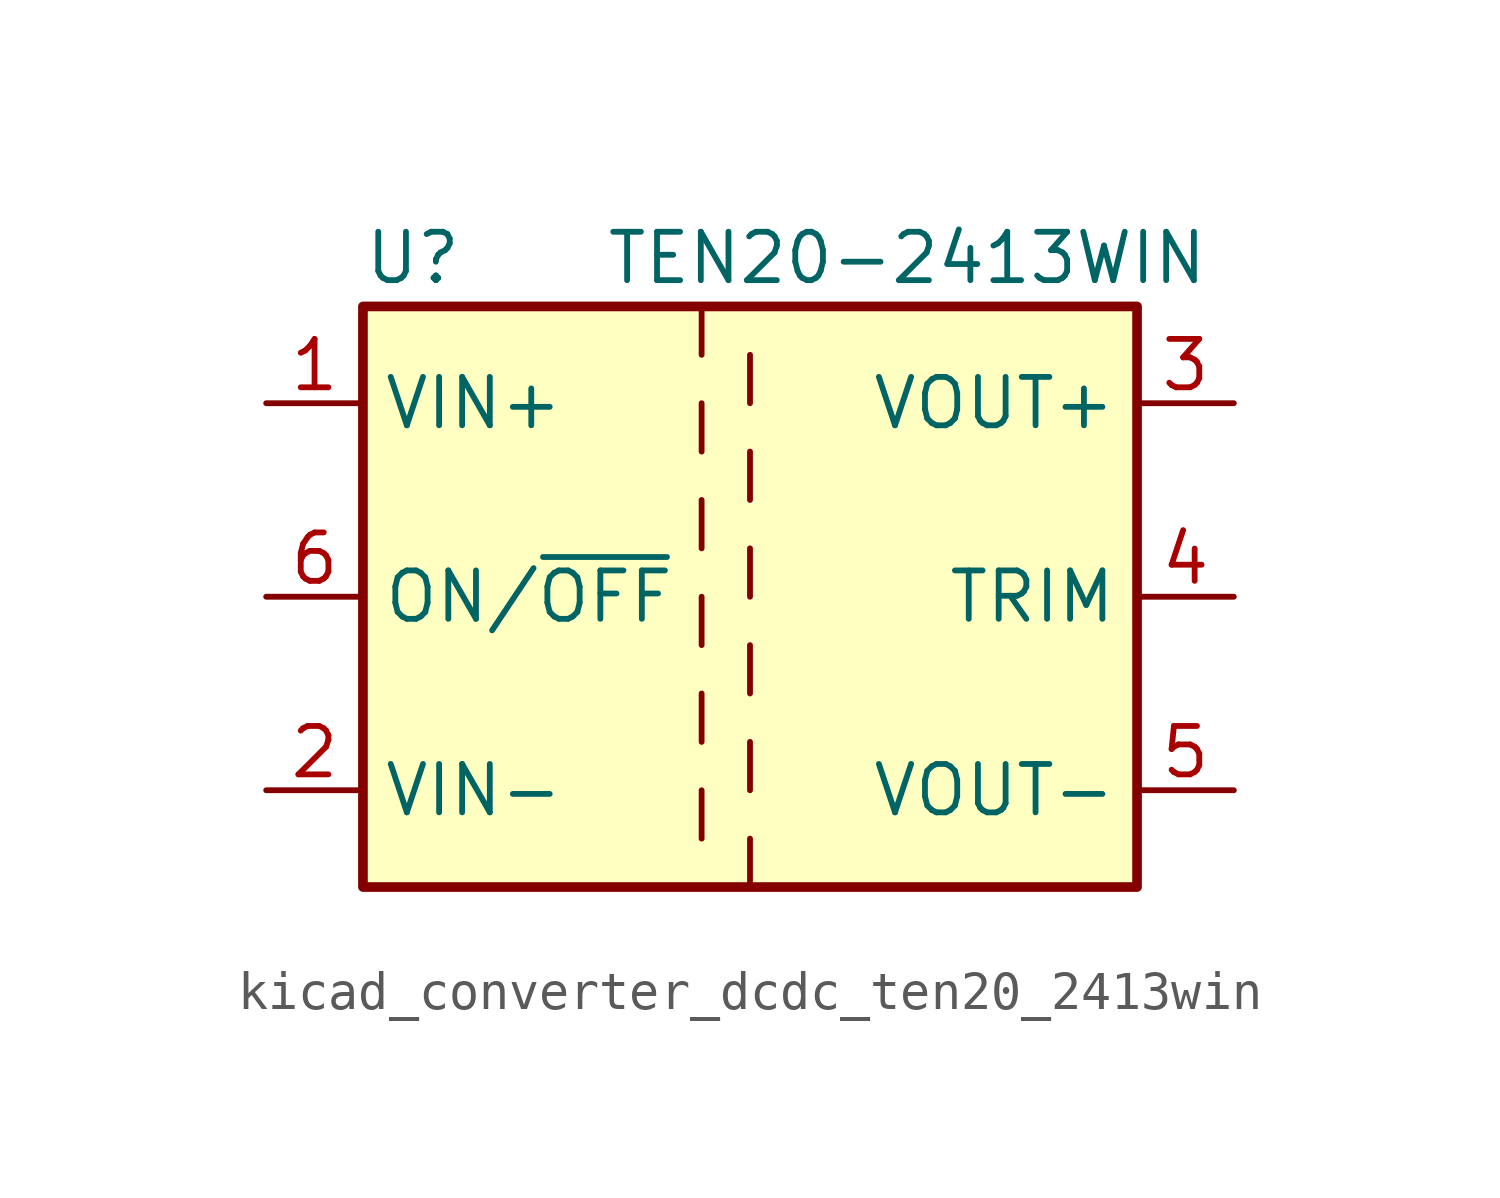
<source format=kicad_sym>
(kicad_symbol_lib
  (version 20220914)
  (generator kicad_symbol_editor)
  (symbol "kicad_converter_dcdc_ten20_2413win"
    (property "Reference" "U"
      (at -10.16 8.89 0)
      (effects (font (size 1.27 1.27)) (justify left)))
    (property "Value" "TEN20-2413WIN"
      (at -3.81 8.89 0)
      (effects (font (size 1.27 1.27)) (justify left)))
    (symbol "kicad_converter_dcdc_ten20_2413win_0_1"
      (rectangle (start -10.16 7.62) (end 10.16 -7.62) (stroke (width 0.254) (type default)) (fill (type background)))
      (polyline (pts (xy -1.27 -5.08) (xy -1.27 -6.35)) (stroke (width 0) (type default)) (fill (type none)))
      (polyline (pts (xy -1.27 -2.54) (xy -1.27 -3.81)) (stroke (width 0) (type default)) (fill (type none)))
      (polyline (pts (xy -1.27 0) (xy -1.27 -1.27)) (stroke (width 0) (type default)) (fill (type none)))
      (polyline (pts (xy -1.27 2.54) (xy -1.27 1.27)) (stroke (width 0) (type default)) (fill (type none)))
      (polyline (pts (xy -1.27 5.08) (xy -1.27 3.81)) (stroke (width 0) (type default)) (fill (type none)))
      (polyline (pts (xy -1.27 7.62) (xy -1.27 6.35)) (stroke (width 0) (type default)) (fill (type none)))
      (polyline (pts (xy 0 -7.62) (xy 0 -6.35)) (stroke (width 0) (type default)) (fill (type none)))
      (polyline (pts (xy 0 -5.08) (xy 0 -3.81)) (stroke (width 0) (type default)) (fill (type none)))
      (polyline (pts (xy 0 -1.27) (xy 0 -2.54)) (stroke (width 0) (type default)) (fill (type none)))
      (polyline (pts (xy 0 0) (xy 0 1.27)) (stroke (width 0) (type default)) (fill (type none)))
      (polyline (pts (xy 0 2.54) (xy 0 3.81)) (stroke (width 0) (type default)) (fill (type none)))
      (polyline (pts (xy 0 5.08) (xy 0 6.35)) (stroke (width 0) (type default)) (fill (type none))))
    (symbol "kicad_converter_dcdc_ten20_2413win_1_1"
      (pin power_in line (at -12.7 5.08 0) (length 2.54) (name "VIN+" (effects (font (size 1.27 1.27)))) (number "1" (effects (font (size 1.27 1.27)))))
      (pin power_in line (at -12.7 -5.08 0) (length 2.54) (name "VIN-" (effects (font (size 1.27 1.27)))) (number "2" (effects (font (size 1.27 1.27)))))
      (pin power_out line (at 12.7 5.08 180) (length 2.54) (name "VOUT+" (effects (font (size 1.27 1.27)))) (number "3" (effects (font (size 1.27 1.27)))))
      (pin passive line (at 12.7 0 180) (length 2.54) (name "TRIM" (effects (font (size 1.27 1.27)))) (number "4" (effects (font (size 1.27 1.27)))))
      (pin power_out line (at 12.7 -5.08 180) (length 2.54) (name "VOUT-" (effects (font (size 1.27 1.27)))) (number "5" (effects (font (size 1.27 1.27)))))
      (pin input line (at -12.7 0 0) (length 2.54) (name "ON/~{OFF}" (effects (font (size 1.27 1.27)))) (number "6" (effects (font (size 1.27 1.27))))))))
</source>
